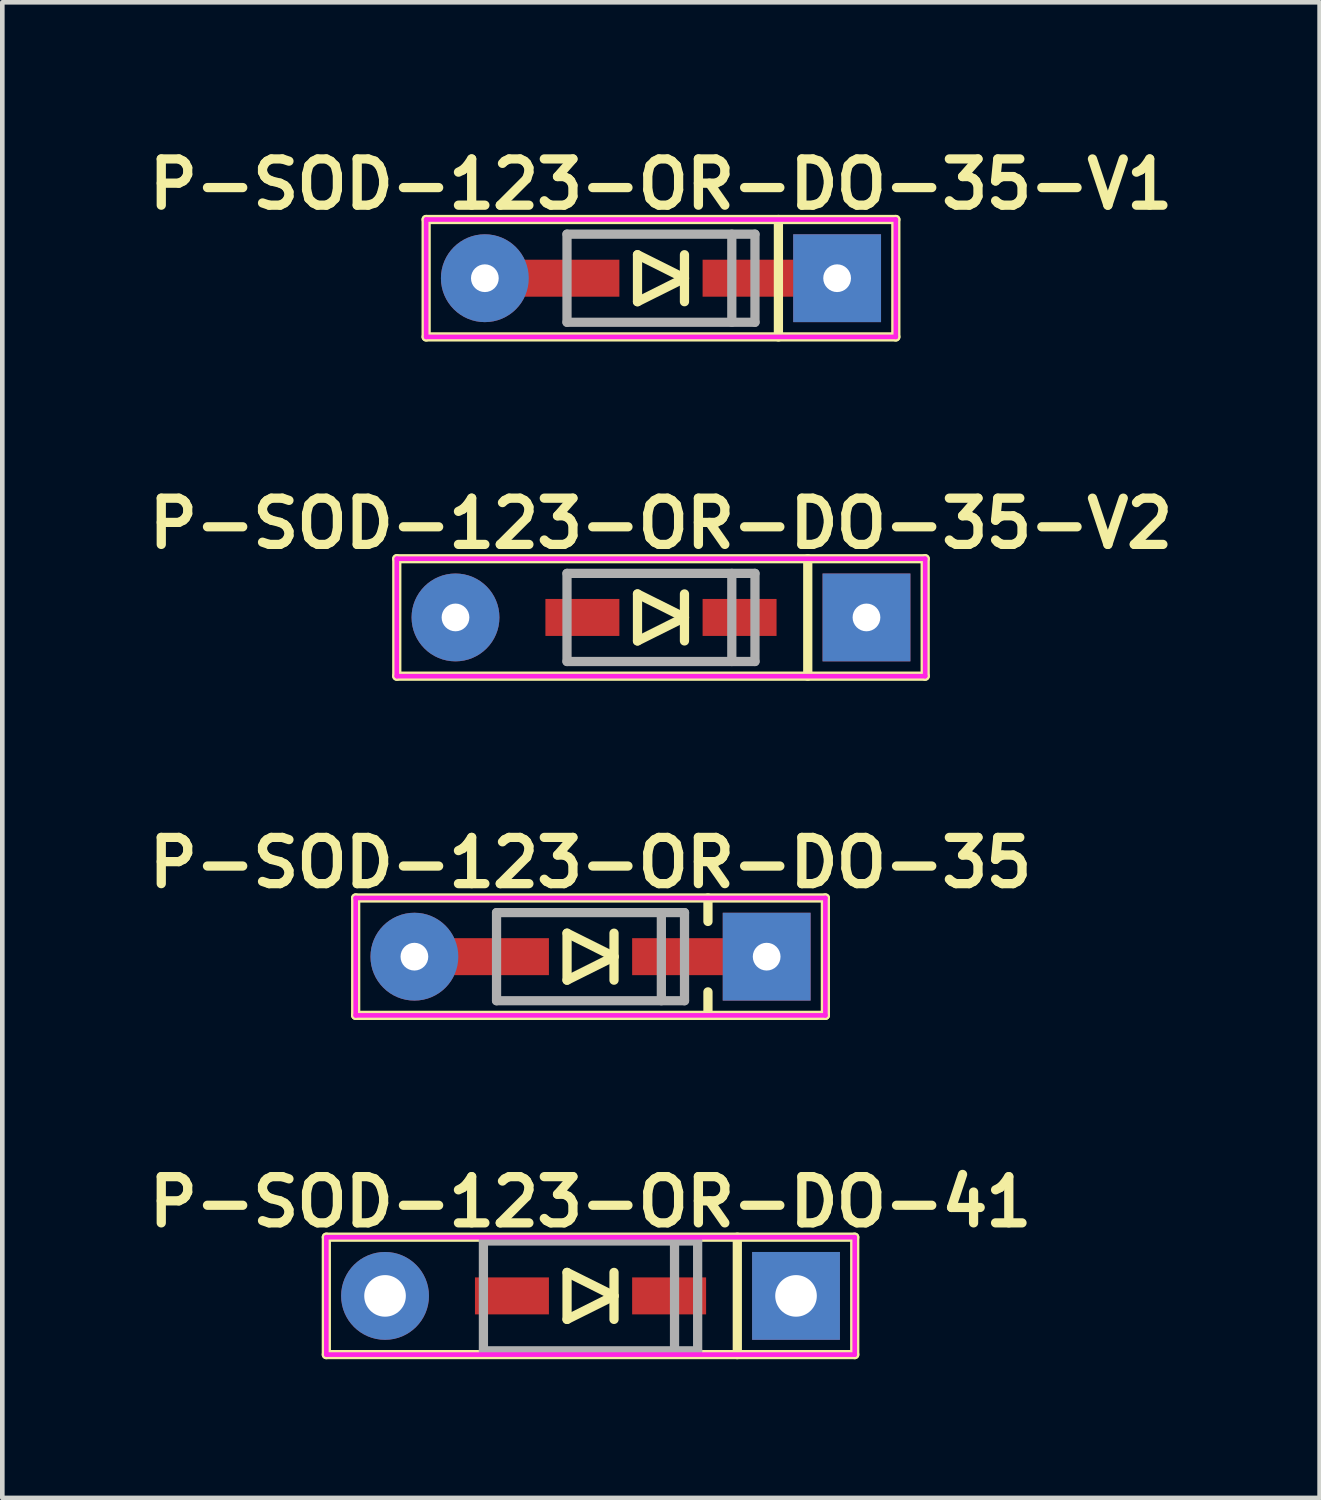
<source format=kicad_pcb>
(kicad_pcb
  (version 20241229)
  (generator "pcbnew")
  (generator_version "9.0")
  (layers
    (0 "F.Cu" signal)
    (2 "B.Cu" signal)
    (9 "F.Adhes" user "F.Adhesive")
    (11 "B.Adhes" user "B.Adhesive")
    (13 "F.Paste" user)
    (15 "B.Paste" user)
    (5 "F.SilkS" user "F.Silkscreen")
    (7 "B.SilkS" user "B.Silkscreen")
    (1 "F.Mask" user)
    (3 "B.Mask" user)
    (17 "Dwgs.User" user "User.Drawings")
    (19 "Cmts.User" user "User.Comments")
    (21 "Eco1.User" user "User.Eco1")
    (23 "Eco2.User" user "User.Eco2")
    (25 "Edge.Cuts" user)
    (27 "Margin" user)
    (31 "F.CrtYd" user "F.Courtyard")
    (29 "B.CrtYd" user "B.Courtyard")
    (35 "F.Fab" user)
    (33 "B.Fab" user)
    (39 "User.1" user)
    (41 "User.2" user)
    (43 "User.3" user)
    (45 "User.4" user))
  (footprint "P-SOD-123-OR-DO-35"
    (layer "F.Cu")
    (at 9.724 17.644)
    (property "Reference" "P-SOD-123-OR-DO-35" (at 0 -2.032 0) (layer "F.SilkS") (effects (font (size 1 1) (thickness 0.2))))
    (attr through_hole)
    (fp_line (start -5.08 -1.27) (end -5.08 1.27) (stroke (width 0.2) (type solid)) (layer "F.SilkS"))
    (fp_line (start -5.08 -1.27) (end 5.08 -1.27) (stroke (width 0.2) (type solid)) (layer "F.SilkS"))
    (fp_line (start -5.08 1.27) (end 5.08 1.27) (stroke (width 0.2) (type solid)) (layer "F.SilkS"))
    (fp_line (start -0.508 -0.508) (end -0.508 0.508) (stroke (width 0.2) (type solid)) (layer "F.SilkS"))
    (fp_line (start -0.508 -0.508) (end 0.508 0) (stroke (width 0.2) (type solid)) (layer "F.SilkS"))
    (fp_line (start -0.508 0.508) (end 0.508 0) (stroke (width 0.2) (type solid)) (layer "F.SilkS"))
    (fp_line (start 0.508 -0.508) (end 0.508 0.508) (stroke (width 0.2) (type solid)) (layer "F.SilkS"))
    (fp_line (start 2.54 -1.27) (end 2.54 -0.762) (stroke (width 0.2) (type solid)) (layer "F.SilkS"))
    (fp_line (start 2.54 0.762) (end 2.54 1.27) (stroke (width 0.2) (type solid)) (layer "F.SilkS"))
    (fp_line (start 5.08 -1.27) (end 5.08 1.27) (stroke (width 0.2) (type solid)) (layer "F.SilkS"))
    (fp_line (start -5.08 -1.27) (end 5.08 -1.27) (stroke (width 0.1) (type solid)) (layer "F.CrtYd"))
    (fp_line (start -5.08 1.27) (end -5.08 -1.27) (stroke (width 0.1) (type solid)) (layer "F.CrtYd"))
    (fp_line (start 5.08 -1.27) (end 5.08 1.27) (stroke (width 0.1) (type solid)) (layer "F.CrtYd"))
    (fp_line (start 5.08 1.27) (end -5.08 1.27) (stroke (width 0.1) (type solid)) (layer "F.CrtYd"))
    (fp_line (start -2.033 -0.953) (end -2.033 0.953) (stroke (width 0.2) (type solid)) (layer "F.Fab"))
    (fp_line (start -2.033 -0.953) (end 2.033 -0.953) (stroke (width 0.2) (type solid)) (layer "F.Fab"))
    (fp_line (start -2.033 0.953) (end 2.033 0.953) (stroke (width 0.2) (type solid)) (layer "F.Fab"))
    (fp_line (start 1.532 -0.953) (end 1.532 0.953) (stroke (width 0.2) (type solid)) (layer "F.Fab"))
    (fp_line (start 2.033 -0.953) (end 2.033 0.953) (stroke (width 0.2) (type solid)) (layer "F.Fab"))
    (pad "A" thru_hole circle (at -3.81 0) (size 1.9 1.9) (drill 0.6) (layers "*.Cu" "*.Mask"))
    (pad "A" smd rect (at -2.355 0) (size 2.91 0.8) (layers "F.Cu" "F.Mask"))
    (pad "C" smd rect (at 2.355 0) (size 2.91 0.8) (layers "F.Cu" "F.Mask"))
    (pad "C" thru_hole rect (at 3.81 0) (size 1.9 1.9) (drill 0.6) (layers "*.Cu" "*.Mask")))
  (footprint "P-SOD-123-OR-DO-41"
    (layer "F.Cu")
    (at 9.724 24.982)
    (property "Reference" "P-SOD-123-OR-DO-41" (at 0 -2.032 0) (layer "F.SilkS") (effects (font (size 1 1) (thickness 0.2))))
    (attr through_hole)
    (fp_line (start -5.715 -1.27) (end -5.715 1.27) (stroke (width 0.2) (type solid)) (layer "F.SilkS"))
    (fp_line (start -5.715 -1.27) (end 5.715 -1.27) (stroke (width 0.2) (type solid)) (layer "F.SilkS"))
    (fp_line (start -5.715 1.27) (end 5.715 1.27) (stroke (width 0.2) (type solid)) (layer "F.SilkS"))
    (fp_line (start -0.508 -0.508) (end -0.508 0.508) (stroke (width 0.2) (type solid)) (layer "F.SilkS"))
    (fp_line (start -0.508 -0.508) (end 0.508 0) (stroke (width 0.2) (type solid)) (layer "F.SilkS"))
    (fp_line (start -0.508 0.508) (end 0.508 0) (stroke (width 0.2) (type solid)) (layer "F.SilkS"))
    (fp_line (start 0.508 -0.508) (end 0.508 0.508) (stroke (width 0.2) (type solid)) (layer "F.SilkS"))
    (fp_line (start 3.175 -1.27) (end 3.175 1.27) (stroke (width 0.2) (type solid)) (layer "F.SilkS"))
    (fp_line (start 5.715 -1.27) (end 5.715 1.27) (stroke (width 0.2) (type solid)) (layer "F.SilkS"))
    (fp_line (start -5.715 -1.27) (end 5.715 -1.27) (stroke (width 0.1) (type solid)) (layer "F.CrtYd"))
    (fp_line (start -5.715 1.27) (end -5.715 -1.27) (stroke (width 0.1) (type solid)) (layer "F.CrtYd"))
    (fp_line (start -5.715 1.27) (end 5.715 1.27) (stroke (width 0.1) (type solid)) (layer "F.CrtYd"))
    (fp_line (start 5.715 -1.27) (end 5.715 1.27) (stroke (width 0.1) (type solid)) (layer "F.CrtYd"))
    (fp_line (start -2.317 -1.188) (end -2.317 1.188) (stroke (width 0.2) (type solid)) (layer "F.Fab"))
    (fp_line (start -2.317 -1.188) (end 2.317 -1.188) (stroke (width 0.2) (type solid)) (layer "F.Fab"))
    (fp_line (start -2.317 1.188) (end 2.317 1.188) (stroke (width 0.2) (type solid)) (layer "F.Fab"))
    (fp_line (start 1.817 -1.188) (end 1.817 1.188) (stroke (width 0.2) (type solid)) (layer "F.Fab"))
    (fp_line (start 2.317 -1.188) (end 2.317 1.188) (stroke (width 0.2) (type solid)) (layer "F.Fab"))
    (pad "A" thru_hole circle (at -4.445 0) (size 1.9 1.9) (drill 0.9) (layers "*.Cu" "*.Mask"))
    (pad "A" smd rect (at -1.7 0) (size 1.6 0.8) (layers "F.Cu" "F.Mask"))
    (pad "C" smd rect (at 1.7 0) (size 1.6 0.8) (layers "F.Cu" "F.Mask"))
    (pad "C" thru_hole rect (at 4.445 0) (size 1.9 1.9) (drill 0.9) (layers "*.Cu" "*.Mask")))
  (footprint "P-SOD-123-OR-DO-35-V2"
    (layer "F.Cu")
    (at 11.248 10.306)
    (property "Reference" "P-SOD-123-OR-DO-35-V2" (at 0 -2.032 0) (layer "F.SilkS") (effects (font (size 1 1) (thickness 0.2))))
    (attr through_hole)
    (fp_line (start -5.715 -1.27) (end -5.715 1.27) (stroke (width 0.2) (type solid)) (layer "F.SilkS"))
    (fp_line (start -5.715 -1.27) (end 5.715 -1.27) (stroke (width 0.2) (type solid)) (layer "F.SilkS"))
    (fp_line (start -5.715 1.27) (end 5.715 1.27) (stroke (width 0.2) (type solid)) (layer "F.SilkS"))
    (fp_line (start -0.508 -0.508) (end -0.508 0.508) (stroke (width 0.2) (type solid)) (layer "F.SilkS"))
    (fp_line (start -0.508 -0.508) (end 0.508 0) (stroke (width 0.2) (type solid)) (layer "F.SilkS"))
    (fp_line (start -0.508 0.508) (end 0.508 0) (stroke (width 0.2) (type solid)) (layer "F.SilkS"))
    (fp_line (start 0.508 -0.508) (end 0.508 0.508) (stroke (width 0.2) (type solid)) (layer "F.SilkS"))
    (fp_line (start 3.175 -1.27) (end 3.175 1.27) (stroke (width 0.2) (type solid)) (layer "F.SilkS"))
    (fp_line (start 5.715 -1.27) (end 5.715 1.27) (stroke (width 0.2) (type solid)) (layer "F.SilkS"))
    (fp_line (start -5.715 -1.27) (end 5.715 -1.27) (stroke (width 0.1) (type solid)) (layer "F.CrtYd"))
    (fp_line (start -5.715 1.27) (end -5.715 -1.27) (stroke (width 0.1) (type solid)) (layer "F.CrtYd"))
    (fp_line (start 5.715 -1.27) (end 5.715 1.27) (stroke (width 0.1) (type solid)) (layer "F.CrtYd"))
    (fp_line (start 5.715 1.27) (end -5.715 1.27) (stroke (width 0.1) (type solid)) (layer "F.CrtYd"))
    (fp_line (start -2.033 -0.953) (end -2.033 0.953) (stroke (width 0.2) (type solid)) (layer "F.Fab"))
    (fp_line (start -2.033 -0.953) (end 2.033 -0.953) (stroke (width 0.2) (type solid)) (layer "F.Fab"))
    (fp_line (start -2.033 0.953) (end 2.033 0.953) (stroke (width 0.2) (type solid)) (layer "F.Fab"))
    (fp_line (start 1.532 -0.953) (end 1.532 0.953) (stroke (width 0.2) (type solid)) (layer "F.Fab"))
    (fp_line (start 2.033 -0.953) (end 2.033 0.953) (stroke (width 0.2) (type solid)) (layer "F.Fab"))
    (pad "A" thru_hole circle (at -4.445 0) (size 1.9 1.9) (drill 0.6) (layers "*.Cu" "*.Mask"))
    (pad "A" smd rect (at -1.7 0) (size 1.6 0.8) (layers "F.Cu" "F.Mask"))
    (pad "C" smd rect (at 1.7 0) (size 1.6 0.8) (layers "F.Cu" "F.Mask"))
    (pad "C" thru_hole rect (at 4.445 0) (size 1.9 1.9) (drill 0.6) (layers "*.Cu" "*.Mask")))
  (footprint "P-SOD-123-OR-DO-35-V1"
    (layer "F.Cu")
    (at 11.248 2.968)
    (property "Reference" "P-SOD-123-OR-DO-35-V1" (at 0 -2.032 0) (layer "F.SilkS") (effects (font (size 1 1) (thickness 0.2))))
    (attr through_hole)
    (fp_line (start -5.08 -1.27) (end -5.08 1.27) (stroke (width 0.2) (type solid)) (layer "F.SilkS"))
    (fp_line (start -5.08 -1.27) (end 5.08 -1.27) (stroke (width 0.2) (type solid)) (layer "F.SilkS"))
    (fp_line (start -5.08 1.27) (end 5.08 1.27) (stroke (width 0.2) (type solid)) (layer "F.SilkS"))
    (fp_line (start -0.508 -0.508) (end -0.508 0.508) (stroke (width 0.2) (type solid)) (layer "F.SilkS"))
    (fp_line (start -0.508 -0.508) (end 0.508 0) (stroke (width 0.2) (type solid)) (layer "F.SilkS"))
    (fp_line (start -0.508 0.508) (end 0.508 0) (stroke (width 0.2) (type solid)) (layer "F.SilkS"))
    (fp_line (start 0.508 -0.508) (end 0.508 0.508) (stroke (width 0.2) (type solid)) (layer "F.SilkS"))
    (fp_line (start 2.54 -1.27) (end 2.54 1.27) (stroke (width 0.2) (type solid)) (layer "F.SilkS"))
    (fp_line (start 5.08 -1.27) (end 5.08 1.27) (stroke (width 0.2) (type solid)) (layer "F.SilkS"))
    (fp_line (start -5.08 -1.27) (end 5.08 -1.27) (stroke (width 0.1) (type solid)) (layer "F.CrtYd"))
    (fp_line (start -5.08 1.27) (end -5.08 -1.27) (stroke (width 0.1) (type solid)) (layer "F.CrtYd"))
    (fp_line (start 5.08 -1.27) (end 5.08 1.27) (stroke (width 0.1) (type solid)) (layer "F.CrtYd"))
    (fp_line (start 5.08 1.27) (end -5.08 1.27) (stroke (width 0.1) (type solid)) (layer "F.CrtYd"))
    (fp_line (start -2.033 -0.953) (end -2.033 0.953) (stroke (width 0.2) (type solid)) (layer "F.Fab"))
    (fp_line (start -2.033 -0.953) (end 2.033 -0.953) (stroke (width 0.2) (type solid)) (layer "F.Fab"))
    (fp_line (start -2.033 0.953) (end 2.033 0.953) (stroke (width 0.2) (type solid)) (layer "F.Fab"))
    (fp_line (start 1.532 -0.953) (end 1.532 0.953) (stroke (width 0.2) (type solid)) (layer "F.Fab"))
    (fp_line (start 2.033 -0.953) (end 2.033 0.953) (stroke (width 0.2) (type solid)) (layer "F.Fab"))
    (pad "A" thru_hole circle (at -3.81 0) (size 1.9 1.9) (drill 0.6) (layers "*.Cu" "*.Mask"))
    (pad "A" smd rect (at -2.355 0) (size 2.91 0.8) (layers "F.Cu" "F.Mask"))
    (pad "C" smd rect (at 2.355 0) (size 2.91 0.8) (layers "F.Cu" "F.Mask"))
    (pad "C" thru_hole rect (at 3.81 0) (size 1.9 1.9) (drill 0.6) (layers "*.Cu" "*.Mask")))
  (gr_rect
    (start -3 -3)
    (end 25.495 29.352)
    (stroke (width 0.1) (type default))
    (fill no)
    (layer "Edge.Cuts")))
</source>
